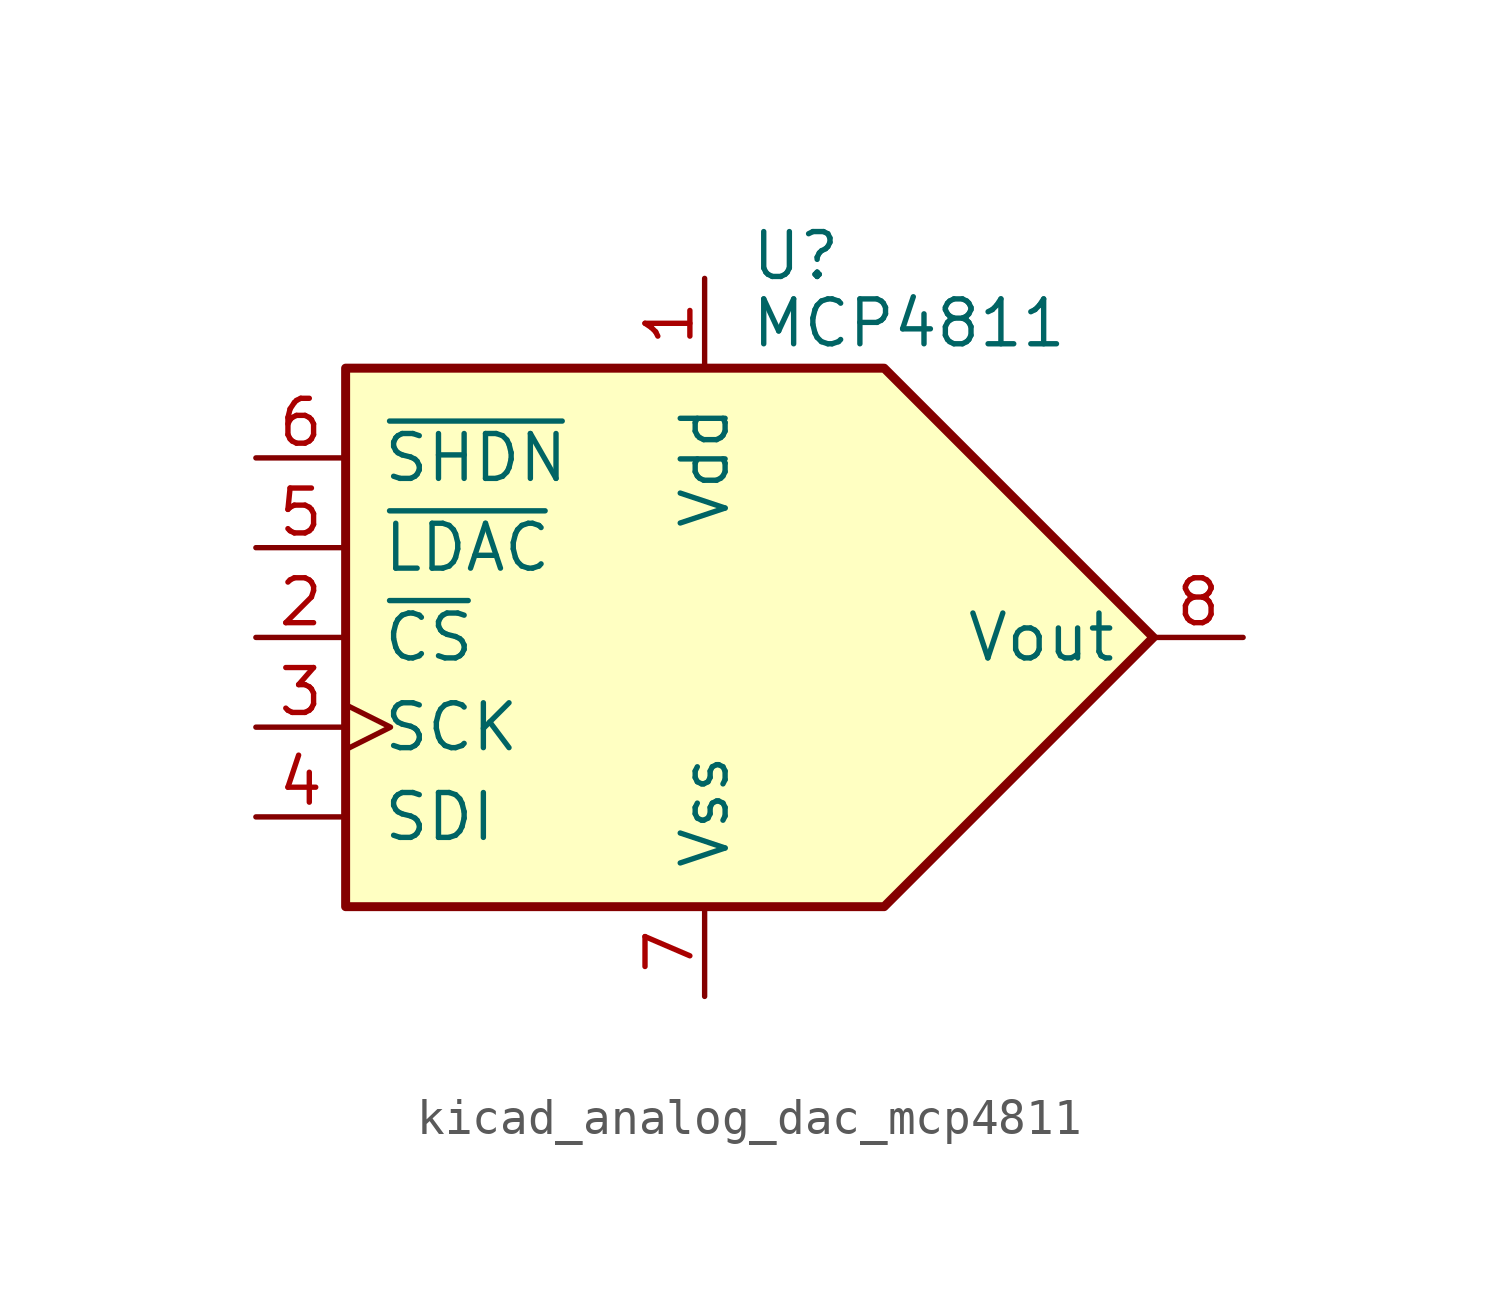
<source format=kicad_sym>
(kicad_symbol_lib
  (version 20220914)
  (generator kicad_symbol_editor)
  (symbol "kicad_analog_dac_mcp4811"
    (pin_names
      (offset 1.016))
    (property "Reference" "U"
      (at 1.27 10.795 0)
      (effects (font (size 1.27 1.27)) (justify left)))
    (property "Value" "MCP4811"
      (at 1.27 8.89 0)
      (effects (font (size 1.27 1.27)) (justify left)))
    (symbol "kicad_analog_dac_mcp4811_0_0"
      (polyline (pts (xy 12.7 0) (xy 5.08 7.62) (xy -10.16 7.62) (xy -10.16 -7.62) (xy 5.08 -7.62) (xy 12.7 0)) (stroke (width 0.254) (type default)) (fill (type background))))
    (symbol "kicad_analog_dac_mcp4811_1_1"
      (pin power_in line (at 0 10.16 270) (length 2.54) (name "Vdd" (effects (font (size 1.27 1.27)))) (number "1" (effects (font (size 1.27 1.27)))))
      (pin input line (at -12.7 0 0) (length 2.54) (name "~{CS}" (effects (font (size 1.27 1.27)))) (number "2" (effects (font (size 1.27 1.27)))))
      (pin input clock (at -12.7 -2.54 0) (length 2.54) (name "SCK" (effects (font (size 1.27 1.27)))) (number "3" (effects (font (size 1.27 1.27)))))
      (pin input line (at -12.7 -5.08 0) (length 2.54) (name "SDI" (effects (font (size 1.27 1.27)))) (number "4" (effects (font (size 1.27 1.27)))))
      (pin input line (at -12.7 2.54 0) (length 2.54) (name "~{LDAC}" (effects (font (size 1.27 1.27)))) (number "5" (effects (font (size 1.27 1.27)))))
      (pin input line (at -12.7 5.08 0) (length 2.54) (name "~{SHDN}" (effects (font (size 1.27 1.27)))) (number "6" (effects (font (size 1.27 1.27)))))
      (pin power_in line (at 0 -10.16 90) (length 2.54) (name "Vss" (effects (font (size 1.27 1.27)))) (number "7" (effects (font (size 1.27 1.27)))))
      (pin output line (at 15.24 0 180) (length 2.54) (name "Vout" (effects (font (size 1.27 1.27)))) (number "8" (effects (font (size 1.27 1.27))))))))
</source>
